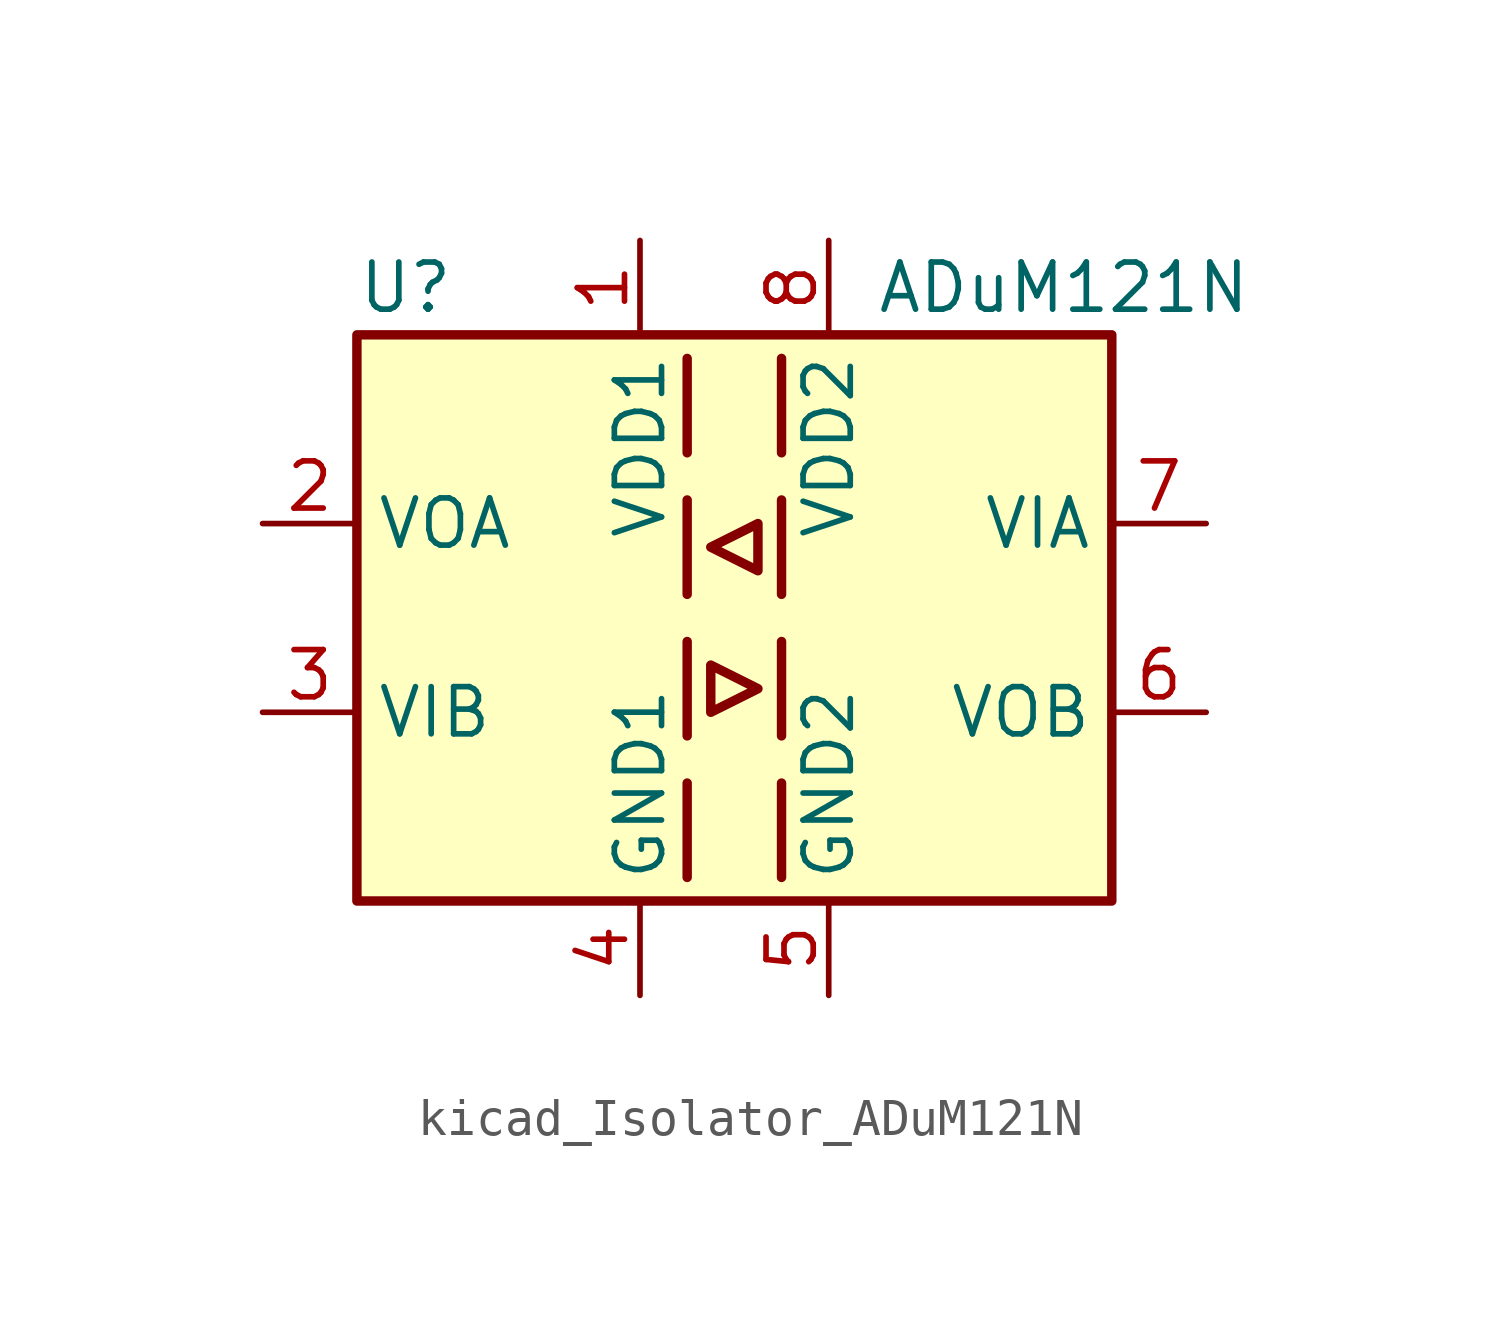
<source format=kicad_sym>
(kicad_symbol_lib
  (version 20220914)
  (generator kicad_symbol_editor)
  (symbol "kicad_Isolator_ADuM121N"
    (property "Reference" "U"
      (at -10.16 8.89 0)
      (effects (font (size 1.27 1.27)) (justify left)))
    (property "Value" "ADuM121N"
      (at 3.81 8.89 0)
      (effects (font (size 1.27 1.27)) (justify left)))
    (symbol "kicad_Isolator_ADuM121N_0_1"
      (rectangle (start -10.16 7.62) (end 10.16 -7.62) (stroke (width 0.254) (type default)) (fill (type background)))
      (polyline (pts (xy -1.27 -4.445) (xy -1.27 -6.985)) (stroke (width 0.254) (type default)) (fill (type none)))
      (polyline (pts (xy -1.27 -0.635) (xy -1.27 -3.175)) (stroke (width 0.254) (type default)) (fill (type none)))
      (polyline (pts (xy -1.27 3.175) (xy -1.27 0.635)) (stroke (width 0.254) (type default)) (fill (type none)))
      (polyline (pts (xy -1.27 6.985) (xy -1.27 4.445)) (stroke (width 0.254) (type default)) (fill (type none)))
      (polyline (pts (xy 1.27 -4.445) (xy 1.27 -6.985)) (stroke (width 0.254) (type default)) (fill (type none)))
      (polyline (pts (xy 1.27 -0.635) (xy 1.27 -3.175)) (stroke (width 0.254) (type default)) (fill (type none)))
      (polyline (pts (xy 1.27 3.175) (xy 1.27 0.635)) (stroke (width 0.254) (type default)) (fill (type none)))
      (polyline (pts (xy 1.27 6.985) (xy 1.27 4.445)) (stroke (width 0.254) (type default)) (fill (type none)))
      (polyline (pts (xy -0.635 -1.27) (xy -0.635 -2.54) (xy 0.635 -1.905) (xy -0.635 -1.27)) (stroke (width 0.254) (type default)) (fill (type none)))
      (polyline (pts (xy 0.635 1.27) (xy -0.635 1.905) (xy 0.635 2.54) (xy 0.635 1.27)) (stroke (width 0.254) (type default)) (fill (type none))))
    (symbol "kicad_Isolator_ADuM121N_1_1"
      (pin power_in line (at -2.54 10.16 270) (length 2.54) (name "VDD1" (effects (font (size 1.27 1.27)))) (number "1" (effects (font (size 1.27 1.27)))))
      (pin output line (at -12.7 2.54 0) (length 2.54) (name "VOA" (effects (font (size 1.27 1.27)))) (number "2" (effects (font (size 1.27 1.27)))))
      (pin input line (at -12.7 -2.54 0) (length 2.54) (name "VIB" (effects (font (size 1.27 1.27)))) (number "3" (effects (font (size 1.27 1.27)))))
      (pin power_in line (at -2.54 -10.16 90) (length 2.54) (name "GND1" (effects (font (size 1.27 1.27)))) (number "4" (effects (font (size 1.27 1.27)))))
      (pin power_in line (at 2.54 -10.16 90) (length 2.54) (name "GND2" (effects (font (size 1.27 1.27)))) (number "5" (effects (font (size 1.27 1.27)))))
      (pin output line (at 12.7 -2.54 180) (length 2.54) (name "VOB" (effects (font (size 1.27 1.27)))) (number "6" (effects (font (size 1.27 1.27)))))
      (pin input line (at 12.7 2.54 180) (length 2.54) (name "VIA" (effects (font (size 1.27 1.27)))) (number "7" (effects (font (size 1.27 1.27)))))
      (pin power_in line (at 2.54 10.16 270) (length 2.54) (name "VDD2" (effects (font (size 1.27 1.27)))) (number "8" (effects (font (size 1.27 1.27))))))))
</source>
